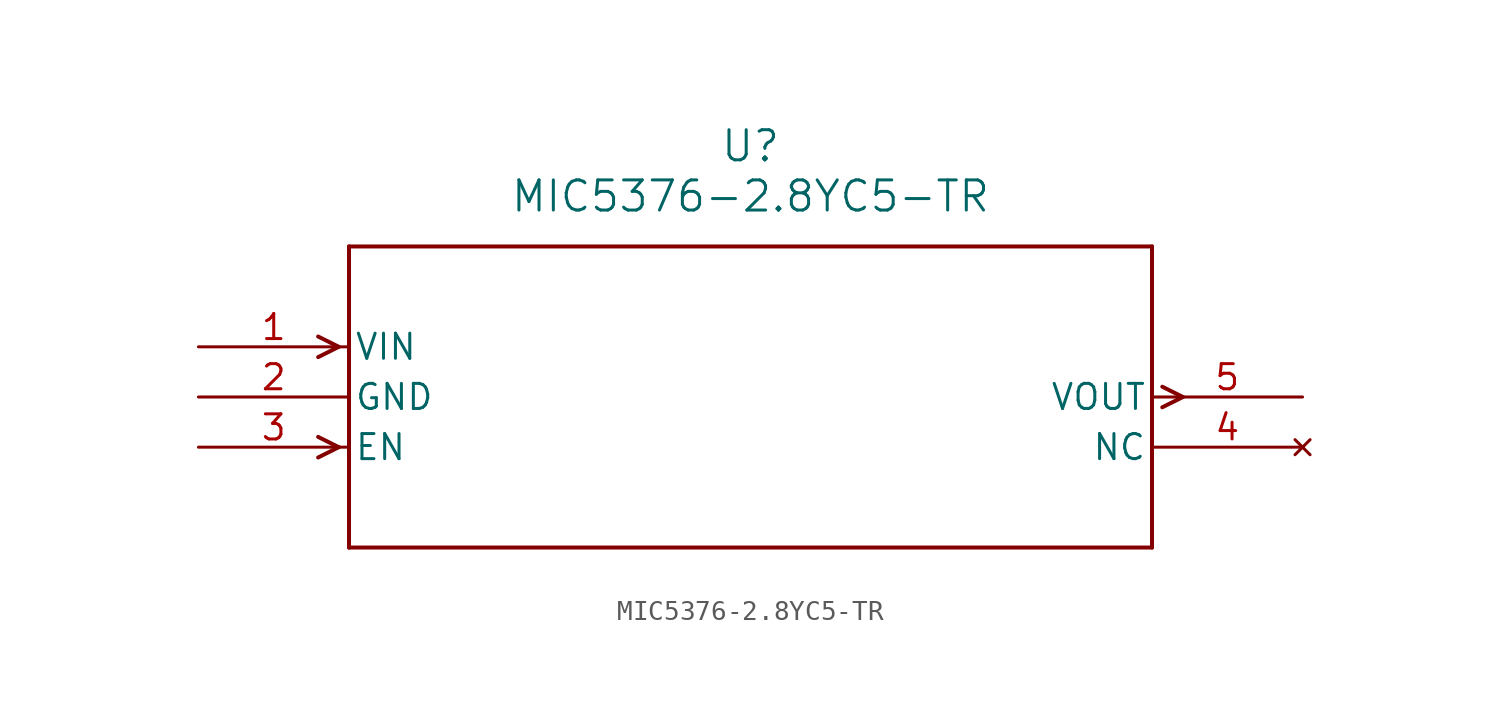
<source format=kicad_sym>
(kicad_symbol_lib
  (version 20211014)
  (generator kicad_symbol_editor)
  (symbol "MIC5376-2.8YC5-TR"
    (pin_names
      (offset 0.254))
    (property "Reference" "U"
      (at 27.94 10.16 0)
      (effects (font (size 1.524 1.524))))
    (property "Value" "MIC5376-2.8YC5-TR"
      (at 27.94 7.62 0)
      (effects (font (size 1.524 1.524))))
    (symbol "MIC5376-2.8YC5-TR_0_1"
      (polyline (pts (xy 7.099 0) (xy 6.058 0.521)) (stroke (width 0.203) (type default) (color 0 0 0 0)) (fill (type none)))
      (polyline (pts (xy 7.099 0) (xy 6.058 -0.521)) (stroke (width 0.203) (type default) (color 0 0 0 0)) (fill (type none)))
      (polyline (pts (xy 7.099 -5.08) (xy 6.058 -4.559)) (stroke (width 0.203) (type default) (color 0 0 0 0)) (fill (type none)))
      (polyline (pts (xy 7.099 -5.08) (xy 6.058 -5.601)) (stroke (width 0.203) (type default) (color 0 0 0 0)) (fill (type none)))
      (polyline (pts (xy 48.781 -2.019) (xy 49.822 -2.54)) (stroke (width 0.203) (type default) (color 0 0 0 0)) (fill (type none)))
      (polyline (pts (xy 48.781 -3.061) (xy 49.822 -2.54)) (stroke (width 0.203) (type default) (color 0 0 0 0)) (fill (type none)))
      (polyline (pts (xy 7.62 5.08) (xy 7.62 -10.16)) (stroke (width 0.203) (type default) (color 0 0 0 0)) (fill (type none)))
      (polyline (pts (xy 7.62 -10.16) (xy 48.26 -10.16)) (stroke (width 0.203) (type default) (color 0 0 0 0)) (fill (type none)))
      (polyline (pts (xy 48.26 -10.16) (xy 48.26 5.08)) (stroke (width 0.203) (type default) (color 0 0 0 0)) (fill (type none)))
      (polyline (pts (xy 48.26 5.08) (xy 7.62 5.08)) (stroke (width 0.203) (type default) (color 0 0 0 0)) (fill (type none)))
      (pin input line (at 0 0 0) (length 7.62) (name "VIN" (effects (font (size 1.27 1.27)))) (number "1" (effects (font (size 1.27 1.27)))))
      (pin power_in line (at 0 -2.54 0) (length 7.62) (name "GND" (effects (font (size 1.27 1.27)))) (number "2" (effects (font (size 1.27 1.27)))))
      (pin input line (at 0 -5.08 0) (length 7.62) (name "EN" (effects (font (size 1.27 1.27)))) (number "3" (effects (font (size 1.27 1.27)))))
      (pin no_connect line (at 55.88 -5.08 180) (length 7.62) (name "NC" (effects (font (size 1.27 1.27)))) (number "4" (effects (font (size 1.27 1.27)))))
      (pin output line (at 55.88 -2.54 180) (length 7.62) (name "VOUT" (effects (font (size 1.27 1.27)))) (number "5" (effects (font (size 1.27 1.27))))))))
</source>
